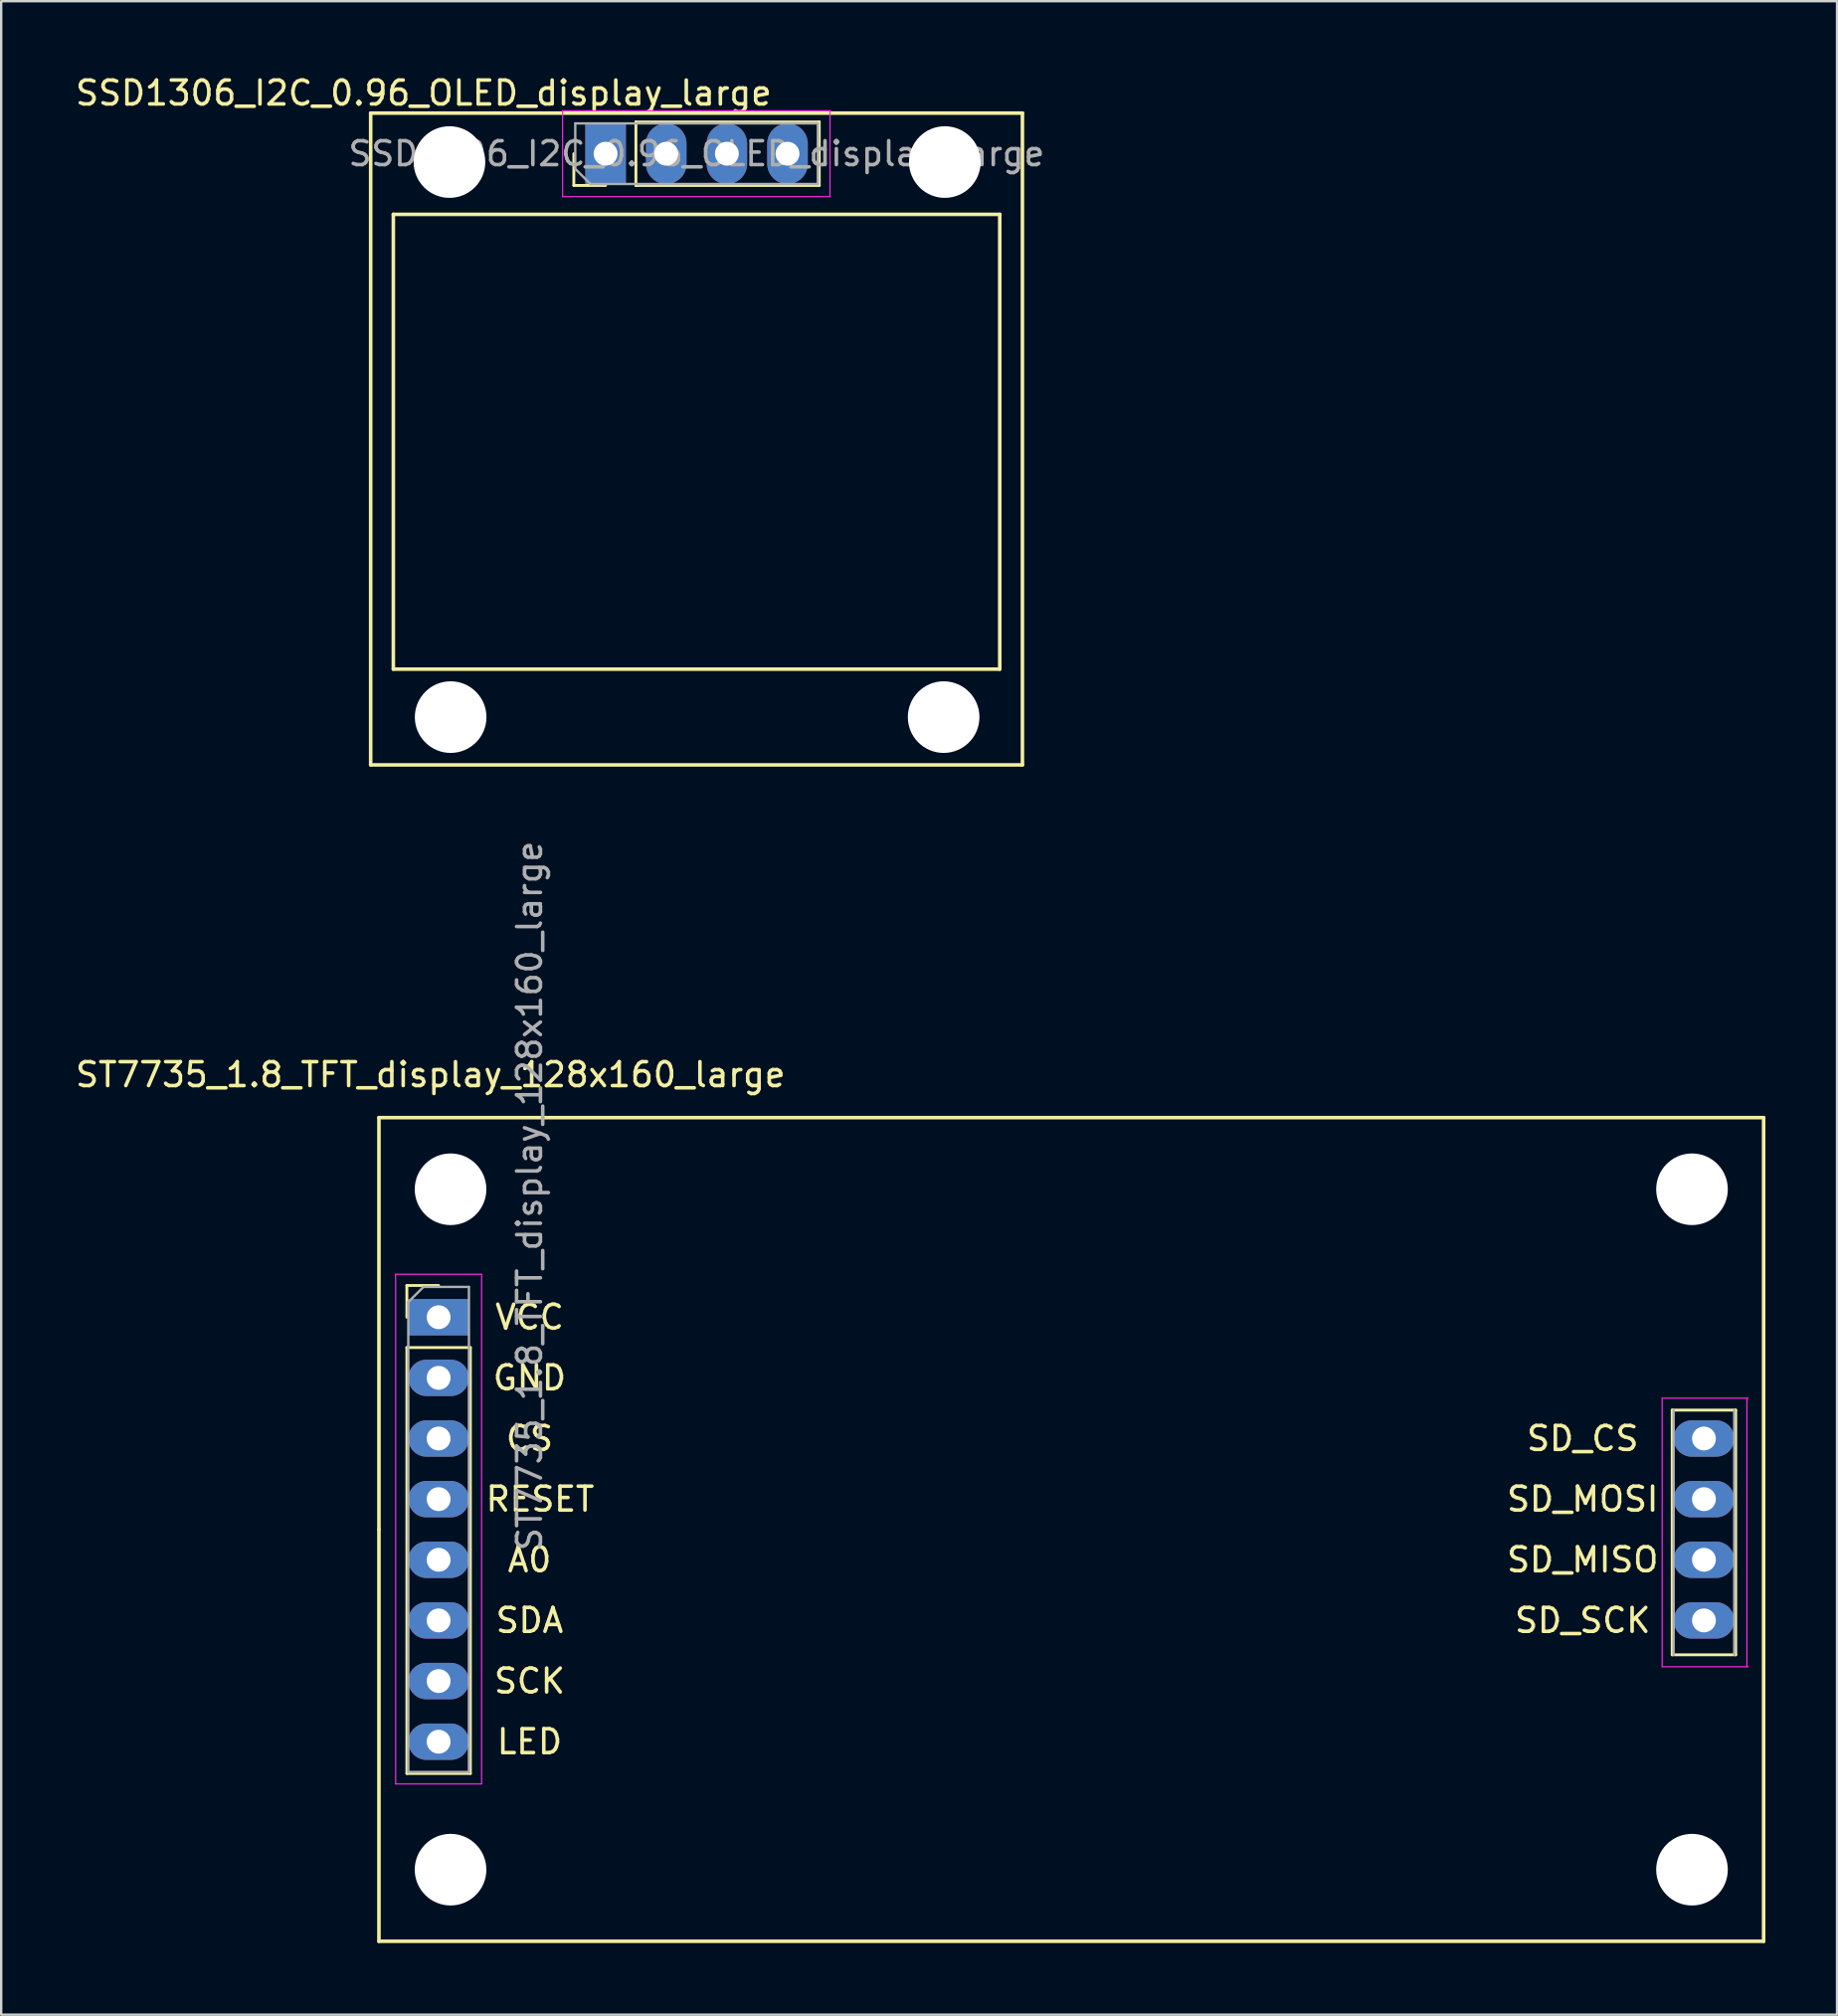
<source format=kicad_pcb>
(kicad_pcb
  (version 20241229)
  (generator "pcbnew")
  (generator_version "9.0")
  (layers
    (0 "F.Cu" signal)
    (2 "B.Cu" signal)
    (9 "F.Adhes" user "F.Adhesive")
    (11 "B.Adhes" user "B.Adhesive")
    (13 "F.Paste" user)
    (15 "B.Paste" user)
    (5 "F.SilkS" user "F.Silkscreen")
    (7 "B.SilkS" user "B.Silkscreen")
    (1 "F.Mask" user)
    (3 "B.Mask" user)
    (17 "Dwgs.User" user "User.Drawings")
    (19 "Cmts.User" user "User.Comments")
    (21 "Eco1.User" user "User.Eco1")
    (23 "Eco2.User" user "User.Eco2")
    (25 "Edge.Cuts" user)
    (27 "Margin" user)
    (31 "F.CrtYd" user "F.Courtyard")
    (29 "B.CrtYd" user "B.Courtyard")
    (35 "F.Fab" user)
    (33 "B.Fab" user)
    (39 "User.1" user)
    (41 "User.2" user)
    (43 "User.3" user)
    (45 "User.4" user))
  (footprint "SSD1306_I2C_0.96_OLED_display_large"
    (layer "F.Cu")
    (at 22.316 3.388)
    (property "Reference" "SSD1306_I2C_0.96_OLED_display_large" (at -7.62 -2.54 0) (layer "F.SilkS") (effects (font (size 1 1) (thickness 0.15))))
    (attr through_hole)
    (fp_line (start -9.84 -1.7) (end -9.84 25.6) (stroke (width 0.15) (type solid)) (layer "F.SilkS"))
    (fp_line (start -9.84 -1.7) (end 17.46 -1.7) (stroke (width 0.15) (type solid)) (layer "F.SilkS"))
    (fp_line (start -9.84 25.6) (end 17.46 25.6) (stroke (width 0.15) (type solid)) (layer "F.SilkS"))
    (fp_line (start -8.89 2.54) (end 16.51 2.54) (stroke (width 0.15) (type solid)) (layer "F.SilkS"))
    (fp_line (start -8.89 21.59) (end -8.89 2.54) (stroke (width 0.15) (type solid)) (layer "F.SilkS"))
    (fp_line (start -1.33 1.33) (end -1.33 0) (stroke (width 0.12) (type solid)) (layer "F.SilkS"))
    (fp_line (start 0 1.33) (end -1.33 1.33) (stroke (width 0.12) (type solid)) (layer "F.SilkS"))
    (fp_line (start 1.27 -1.33) (end 8.95 -1.33) (stroke (width 0.12) (type solid)) (layer "F.SilkS"))
    (fp_line (start 1.27 1.33) (end 1.27 -1.33) (stroke (width 0.12) (type solid)) (layer "F.SilkS"))
    (fp_line (start 1.27 1.33) (end 8.95 1.33) (stroke (width 0.12) (type solid)) (layer "F.SilkS"))
    (fp_line (start 8.95 1.33) (end 8.95 -1.33) (stroke (width 0.12) (type solid)) (layer "F.SilkS"))
    (fp_line (start 16.51 2.54) (end 16.51 21.59) (stroke (width 0.15) (type solid)) (layer "F.SilkS"))
    (fp_line (start 16.51 21.59) (end -8.89 21.59) (stroke (width 0.15) (type solid)) (layer "F.SilkS"))
    (fp_line (start 17.46 -1.7) (end 17.46 25.6) (stroke (width 0.15) (type solid)) (layer "F.SilkS"))
    (fp_line (start -1.8 -1.8) (end -1.8 1.8) (stroke (width 0.05) (type solid)) (layer "F.CrtYd"))
    (fp_line (start -1.8 1.8) (end 9.4 1.8) (stroke (width 0.05) (type solid)) (layer "F.CrtYd"))
    (fp_line (start 9.4 -1.8) (end -1.8 -1.8) (stroke (width 0.05) (type solid)) (layer "F.CrtYd"))
    (fp_line (start 9.4 1.8) (end 9.4 -1.8) (stroke (width 0.05) (type solid)) (layer "F.CrtYd"))
    (fp_line (start -1.27 -1.27) (end 8.89 -1.27) (stroke (width 0.1) (type solid)) (layer "F.Fab"))
    (fp_line (start -1.27 0.635) (end -1.27 -1.27) (stroke (width 0.1) (type solid)) (layer "F.Fab"))
    (fp_line (start -0.635 1.27) (end -1.27 0.635) (stroke (width 0.1) (type solid)) (layer "F.Fab"))
    (fp_line (start 8.89 -1.27) (end 8.89 1.27) (stroke (width 0.1) (type solid)) (layer "F.Fab"))
    (fp_line (start 8.89 1.27) (end -0.635 1.27) (stroke (width 0.1) (type solid)) (layer "F.Fab"))
    (fp_text user "${REFERENCE}" (at 3.81 0 180) (layer "F.Fab") (effects (font (size 1 1) (thickness 0.15))))
    (pad "" np_thru_hole oval (at -6.54 0.35) (size 3 3) (drill 3) (layers "*.Cu" "*.Mask"))
    (pad "" np_thru_hole oval (at -6.49 23.6) (size 3 3) (drill 3) (layers "*.Cu" "*.Mask"))
    (pad "" np_thru_hole oval (at 14.16 23.6) (size 3 3) (drill 3) (layers "*.Cu" "*.Mask"))
    (pad "" np_thru_hole oval (at 14.21 0.35) (size 3 3) (drill 3) (layers "*.Cu" "*.Mask"))
    (pad "1" thru_hole rect (at 0 0 90) (size 2.54 1.7) (drill 1) (layers "*.Cu" "*.Mask"))
    (pad "2" thru_hole oval (at 2.54 0 90) (size 2.54 1.7) (drill 1) (layers "*.Cu" "*.Mask"))
    (pad "3" thru_hole oval (at 5.08 0 90) (size 2.54 1.7) (drill 1) (layers "*.Cu" "*.Mask"))
    (pad "4" thru_hole oval (at 7.62 0 90) (size 2.54 1.7) (drill 1) (layers "*.Cu" "*.Mask")))
  (footprint "ST7735_1.8_TFT_display_128x160_large"
    (layer "F.Cu")
    (at 15.322 52.125)
    (property "Reference" "ST7735_1.8_TFT_display_128x160_large" (at -0.34 -10.16 0) (layer "F.SilkS") (effects (font (size 1 1) (thickness 0.15))))
    (attr through_hole)
    (fp_line (start -2.5 8.89) (end -2.5 -8.36) (stroke (width 0.15) (type solid)) (layer "F.SilkS"))
    (fp_line (start -2.5 8.89) (end -2.5 26.14) (stroke (width 0.15) (type solid)) (layer "F.SilkS"))
    (fp_line (start -2.5 26.14) (end 55.5 26.14) (stroke (width 0.15) (type solid)) (layer "F.SilkS"))
    (fp_line (start -1.33 -1.33) (end 0 -1.33) (stroke (width 0.12) (type solid)) (layer "F.SilkS"))
    (fp_line (start -1.33 0) (end -1.33 -1.33) (stroke (width 0.12) (type solid)) (layer "F.SilkS"))
    (fp_line (start -1.33 1.27) (end -1.33 19.11) (stroke (width 0.12) (type solid)) (layer "F.SilkS"))
    (fp_line (start -1.33 1.27) (end 1.33 1.27) (stroke (width 0.12) (type solid)) (layer "F.SilkS"))
    (fp_line (start -1.33 19.11) (end 1.33 19.11) (stroke (width 0.12) (type solid)) (layer "F.SilkS"))
    (fp_line (start 1.33 1.27) (end 1.33 19.11) (stroke (width 0.12) (type solid)) (layer "F.SilkS"))
    (fp_line (start 51.67 3.89) (end 51.67 14.14) (stroke (width 0.12) (type solid)) (layer "F.SilkS"))
    (fp_line (start 51.67 3.89) (end 54.33 3.89) (stroke (width 0.12) (type solid)) (layer "F.SilkS"))
    (fp_line (start 51.67 14.14) (end 54.33 14.14) (stroke (width 0.12) (type solid)) (layer "F.SilkS"))
    (fp_line (start 54.33 3.89) (end 54.33 14.14) (stroke (width 0.12) (type solid)) (layer "F.SilkS"))
    (fp_line (start 55.5 -8.36) (end -2.5 -8.36) (stroke (width 0.15) (type solid)) (layer "F.SilkS"))
    (fp_line (start 55.5 26.14) (end 55.5 -8.36) (stroke (width 0.15) (type solid)) (layer "F.SilkS"))
    (fp_line (start -1.8 -1.8) (end -1.8 19.55) (stroke (width 0.05) (type solid)) (layer "F.CrtYd"))
    (fp_line (start -1.8 19.55) (end 1.8 19.55) (stroke (width 0.05) (type solid)) (layer "F.CrtYd"))
    (fp_line (start 1.8 -1.8) (end -1.8 -1.8) (stroke (width 0.05) (type solid)) (layer "F.CrtYd"))
    (fp_line (start 1.8 19.55) (end 1.8 -1.8) (stroke (width 0.05) (type solid)) (layer "F.CrtYd"))
    (fp_line (start 51.25 14.64) (end 51.25 3.39) (stroke (width 0.05) (type solid)) (layer "F.CrtYd"))
    (fp_line (start 54.8 14.64) (end 54.8 3.39) (stroke (width 0.05) (type solid)) (layer "F.CrtYd"))
    (fp_line (start 54.85 3.39) (end 51.25 3.39) (stroke (width 0.05) (type solid)) (layer "F.CrtYd"))
    (fp_line (start 54.85 14.64) (end 51.25 14.64) (stroke (width 0.05) (type solid)) (layer "F.CrtYd"))
    (fp_line (start -1.27 -0.635) (end -0.635 -1.27) (stroke (width 0.1) (type solid)) (layer "F.Fab"))
    (fp_line (start -1.27 19.05) (end -1.27 -0.635) (stroke (width 0.1) (type solid)) (layer "F.Fab"))
    (fp_line (start -0.635 -1.27) (end 1.27 -1.27) (stroke (width 0.1) (type solid)) (layer "F.Fab"))
    (fp_line (start 1.27 -1.27) (end 1.27 19.05) (stroke (width 0.1) (type solid)) (layer "F.Fab"))
    (fp_line (start 1.27 19.05) (end -1.27 19.05) (stroke (width 0.1) (type solid)) (layer "F.Fab"))
    (fp_line (start 51.73 14.14) (end 51.73 3.89) (stroke (width 0.1) (type solid)) (layer "F.Fab"))
    (fp_line (start 54.27 3.89) (end 54.27 14.14) (stroke (width 0.1) (type solid)) (layer "F.Fab"))
    (fp_text user "SD_CS" (at 47.92 5.08 0) (layer "F.SilkS") (effects (font (size 1 1) (thickness 0.15))))
    (fp_text user "LED" (at 3.81 17.78 0) (layer "F.SilkS") (effects (font (size 1 1) (thickness 0.15))))
    (fp_text user "SD_MOSI" (at 47.92 7.62 0) (layer "F.SilkS") (effects (font (size 1 1) (thickness 0.15))))
    (fp_text user "A0" (at 3.81 10.16 0) (layer "F.SilkS") (effects (font (size 1 1) (thickness 0.15))))
    (fp_text user "VCC" (at 3.81 0 0) (layer "F.SilkS") (effects (font (size 1 1) (thickness 0.15))))
    (fp_text user "SD_MISO" (at 47.92 10.16 0) (layer "F.SilkS") (effects (font (size 1 1) (thickness 0.15))))
    (fp_text user "CS" (at 3.81 5.08 0) (layer "F.SilkS") (effects (font (size 1 1) (thickness 0.15))))
    (fp_text user "SDA" (at 3.81 12.7 0) (layer "F.SilkS") (effects (font (size 1 1) (thickness 0.15))))
    (fp_text user "SCK" (at 3.81 15.24 0) (layer "F.SilkS") (effects (font (size 1 1) (thickness 0.15))))
    (fp_text user "GND" (at 3.81 2.54 0) (layer "F.SilkS") (effects (font (size 1 1) (thickness 0.15))))
    (fp_text user "RESET" (at 4.25 7.62 0) (layer "F.SilkS") (effects (font (size 1 1) (thickness 0.15))))
    (fp_text user "SD_SCK" (at 47.92 12.7 0) (layer "F.SilkS") (effects (font (size 1 1) (thickness 0.15))))
    (fp_text user "${REFERENCE}" (at 3.81 -5.08 90) (layer "F.Fab") (effects (font (size 1 1) (thickness 0.15))))
    (pad "" np_thru_hole circle (at 0.5 -5.36) (size 3 3) (drill 3) (layers "*.Cu" "*.Mask"))
    (pad "" np_thru_hole circle (at 0.5 23.14) (size 3 3) (drill 3) (layers "*.Cu" "*.Mask"))
    (pad "" np_thru_hole circle (at 52.5 -5.36) (size 3 3) (drill 3) (layers "*.Cu" "*.Mask"))
    (pad "" np_thru_hole circle (at 52.5 23.14) (size 3 3) (drill 3) (layers "*.Cu" "*.Mask"))
    (pad "1" thru_hole rect (at 0 0) (size 2.54 1.524) (drill 1) (layers "*.Cu" "*.Mask"))
    (pad "2" thru_hole oval (at 0 2.54) (size 2.54 1.524) (drill 1) (layers "*.Cu" "*.Mask"))
    (pad "3" thru_hole oval (at 0 5.08) (size 2.54 1.524) (drill 1) (layers "*.Cu" "*.Mask"))
    (pad "4" thru_hole oval (at 0 7.62) (size 2.54 1.524) (drill 1) (layers "*.Cu" "*.Mask"))
    (pad "5" thru_hole oval (at 0 10.16) (size 2.54 1.524) (drill 1) (layers "*.Cu" "*.Mask"))
    (pad "6" thru_hole oval (at 0 12.7) (size 2.54 1.524) (drill 1) (layers "*.Cu" "*.Mask"))
    (pad "7" thru_hole oval (at 0 15.24) (size 2.54 1.524) (drill 1) (layers "*.Cu" "*.Mask"))
    (pad "8" thru_hole oval (at 0 17.78) (size 2.54 1.524) (drill 1) (layers "*.Cu" "*.Mask"))
    (pad "9" thru_hole oval (at 53 5.08) (size 2.54 1.524) (drill 1) (layers "*.Cu" "*.Mask"))
    (pad "10" thru_hole oval (at 53 7.62) (size 2.54 1.524) (drill 1) (layers "*.Cu" "*.Mask"))
    (pad "11" thru_hole oval (at 53 10.16) (size 2.54 1.524) (drill 1) (layers "*.Cu" "*.Mask"))
    (pad "12" thru_hole oval (at 53 12.7) (size 2.54 1.524) (drill 1) (layers "*.Cu" "*.Mask")))
  (gr_rect
    (start -3 -3)
    (end 73.897 81.34)
    (stroke (width 0.1) (type default))
    (fill no)
    (layer "Edge.Cuts")))
</source>
